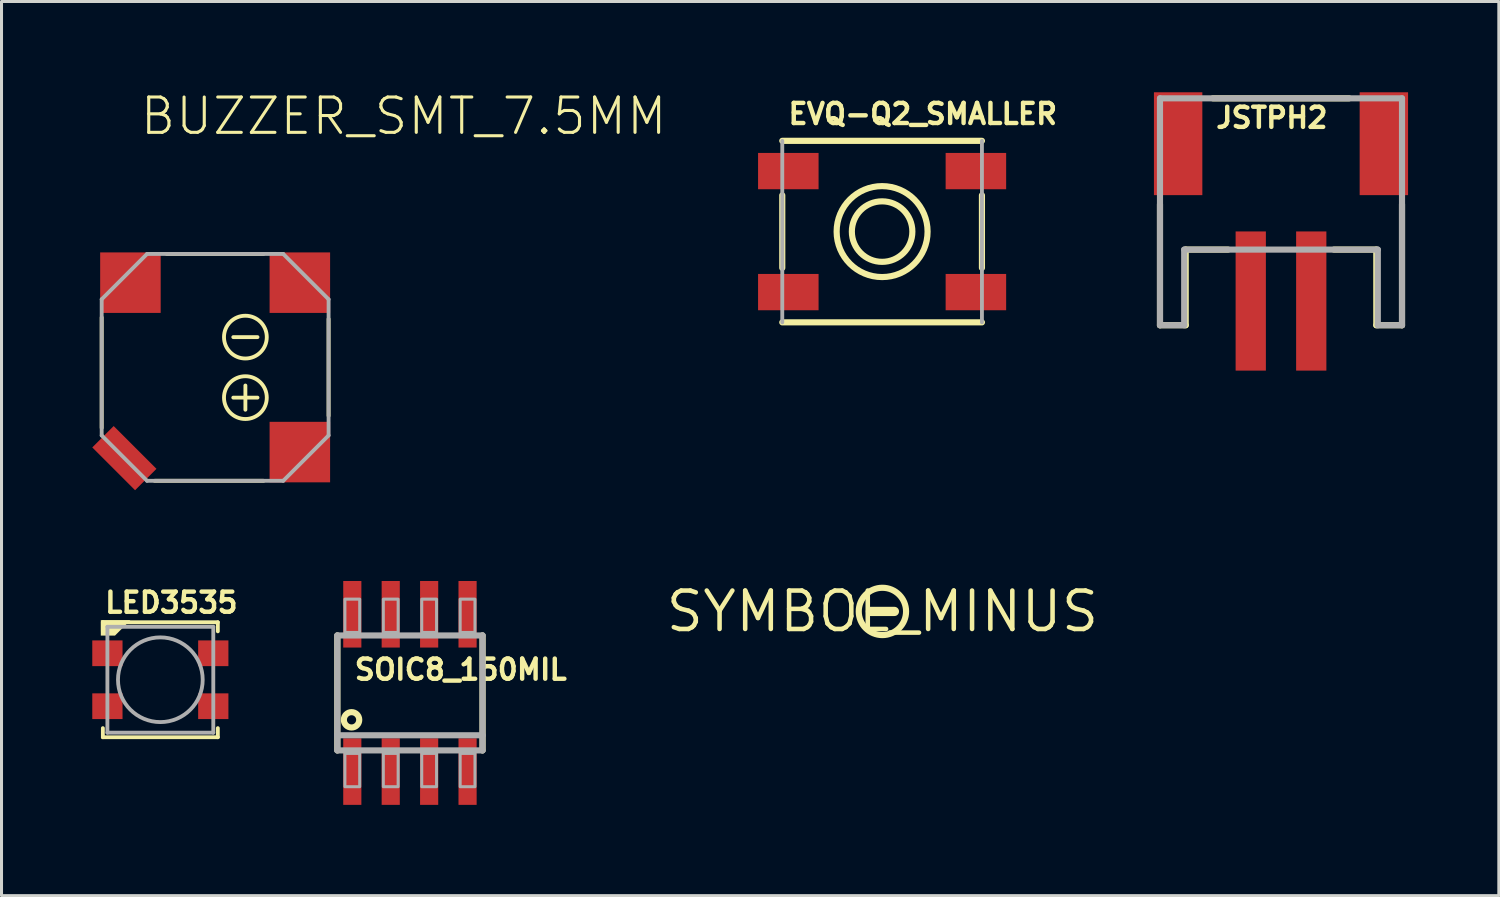
<source format=kicad_pcb>
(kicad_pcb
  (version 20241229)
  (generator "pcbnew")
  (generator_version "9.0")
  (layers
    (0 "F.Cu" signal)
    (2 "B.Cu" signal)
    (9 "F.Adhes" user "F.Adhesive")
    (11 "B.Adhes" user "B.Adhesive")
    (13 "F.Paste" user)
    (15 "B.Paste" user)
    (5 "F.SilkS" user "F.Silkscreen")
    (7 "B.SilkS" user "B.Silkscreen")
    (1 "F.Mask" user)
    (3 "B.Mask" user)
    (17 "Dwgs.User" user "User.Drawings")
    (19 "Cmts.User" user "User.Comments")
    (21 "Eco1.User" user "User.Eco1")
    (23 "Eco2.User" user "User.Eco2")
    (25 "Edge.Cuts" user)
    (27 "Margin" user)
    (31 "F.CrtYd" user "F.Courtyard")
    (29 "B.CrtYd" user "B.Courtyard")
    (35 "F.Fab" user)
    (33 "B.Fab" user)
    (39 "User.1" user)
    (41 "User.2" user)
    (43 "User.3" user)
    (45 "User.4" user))
  (footprint "LED3535"
    (layer "F.Cu")
    (at 2.25 19.418)
    (property "Reference" "LED3535" (at -1.905 -2.159 0) (layer "F.SilkS") (effects (font (size 0.666 0.666) (thickness 0.146)) (justify left bottom)))
    (fp_line (start -1.9 -1.9) (end 1.9 -1.9) (stroke (width 0.127) (type solid)) (layer "F.SilkS"))
    (fp_line (start -1.9 -1.6) (end -1.9 -1.9) (stroke (width 0.127) (type solid)) (layer "F.SilkS"))
    (fp_line (start -1.9 1.6) (end -1.9 1.9) (stroke (width 0.127) (type solid)) (layer "F.SilkS"))
    (fp_line (start -1.9 1.9) (end 1.9 1.9) (stroke (width 0.127) (type solid)) (layer "F.SilkS"))
    (fp_line (start 1.9 -1.9) (end 1.9 -1.6) (stroke (width 0.127) (type solid)) (layer "F.SilkS"))
    (fp_line (start 1.9 1.9) (end 1.9 1.6) (stroke (width 0.127) (type solid)) (layer "F.SilkS"))
    (fp_poly (pts (xy -1.498 -1.46) (xy -1.968 -1.46) (xy -1.968 -1.968) (xy -0.99 -1.968)) (stroke (width 0) (type default)) (fill yes) (layer "F.SilkS"))
    (fp_line (start -1.75 -1.75) (end 1.75 -1.75) (stroke (width 0.127) (type solid)) (layer "F.Fab"))
    (fp_line (start -1.75 1.75) (end -1.75 -1.75) (stroke (width 0.127) (type solid)) (layer "F.Fab"))
    (fp_line (start 1.75 -1.75) (end 1.75 1.75) (stroke (width 0.127) (type solid)) (layer "F.Fab"))
    (fp_line (start 1.75 1.75) (end -1.75 1.75) (stroke (width 0.127) (type solid)) (layer "F.Fab"))
    (fp_circle (center 0 0) (end 1.4 0) (stroke (width 0.127) (type solid)) (fill no) (layer "F.Fab"))
    (pad "1" smd rect (at -1.75 -0.875 90) (size 0.85 1) (layers "F.Cu" "F.Mask" "F.Paste"))
    (pad "2" smd rect (at -1.75 0.875 90) (size 0.85 1) (layers "F.Cu" "F.Mask" "F.Paste"))
    (pad "3" smd rect (at 1.75 0.875 90) (size 0.85 1) (layers "F.Cu" "F.Mask" "F.Paste"))
    (pad "4" smd rect (at 1.75 -0.875 90) (size 0.85 1) (layers "F.Cu" "F.Mask" "F.Paste")))
  (footprint "SYMBOL_MINUS"
    (layer "F.Cu")
    (at 26.117 17.16)
    (property "Reference" "SYMBOL_MINUS" (at 0 0 0) (layer "F.SilkS") (effects (font (size 1.27 1.27) (thickness 0.15))))
    (fp_line (start 0.397 0) (end -0.397 0) (stroke (width 0.305) (type solid)) (layer "F.SilkS"))
    (fp_circle (center 0 0) (end 0.782 0) (stroke (width 0.203) (type solid)) (fill no) (layer "F.SilkS")))
  (footprint "BUZZER_SMT_7.5MM"
    (layer "F.Cu")
    (at 4.061 9.093)
    (property "Reference" "BUZZER_SMT_7.5MM" (at -2.54 -7.62 0) (layer "F.SilkS") (effects (font (size 1.168 1.168) (thickness 0.102)) (justify left bottom)))
    (fp_line (start -3.75 -1.65) (end -3.75 2) (stroke (width 0.127) (type solid)) (layer "F.SilkS"))
    (fp_line (start -2 3.75) (end 1.6 3.75) (stroke (width 0.127) (type solid)) (layer "F.SilkS"))
    (fp_line (start -1.6 -3.75) (end 1.6 -3.75) (stroke (width 0.127) (type solid)) (layer "F.SilkS"))
    (fp_line (start 0.6 -1) (end 1.4 -1) (stroke (width 0.127) (type solid)) (layer "F.SilkS"))
    (fp_line (start 0.6 1) (end 1.4 1) (stroke (width 0.127) (type solid)) (layer "F.SilkS"))
    (fp_line (start 1 0.6) (end 1 1.4) (stroke (width 0.127) (type solid)) (layer "F.SilkS"))
    (fp_line (start 3.75 1.6) (end 3.75 -1.6) (stroke (width 0.127) (type solid)) (layer "F.SilkS"))
    (fp_circle (center 1 -1) (end 1.707 -1) (stroke (width 0.127) (type solid)) (fill no) (layer "F.SilkS"))
    (fp_circle (center 1 1) (end 1.707 1) (stroke (width 0.127) (type solid)) (fill no) (layer "F.SilkS"))
    (fp_line (start -3.75 -2.25) (end -2.25 -3.75) (stroke (width 0.127) (type solid)) (layer "F.Fab"))
    (fp_line (start -3.75 2.25) (end -3.75 -2.25) (stroke (width 0.127) (type solid)) (layer "F.Fab"))
    (fp_line (start -2.25 -3.75) (end 2.25 -3.75) (stroke (width 0.127) (type solid)) (layer "F.Fab"))
    (fp_line (start -2.25 3.75) (end -3.75 2.25) (stroke (width 0.127) (type solid)) (layer "F.Fab"))
    (fp_line (start 2.25 -3.75) (end 3.75 -2.25) (stroke (width 0.127) (type solid)) (layer "F.Fab"))
    (fp_line (start 2.25 3.75) (end -2.25 3.75) (stroke (width 0.127) (type solid)) (layer "F.Fab"))
    (fp_line (start 3.75 -2.25) (end 3.75 2.25) (stroke (width 0.127) (type solid)) (layer "F.Fab"))
    (fp_line (start 3.75 2.25) (end 2.25 3.75) (stroke (width 0.127) (type solid)) (layer "F.Fab"))
    (pad "+" smd rect (at 2.8 2.8) (size 2 2) (layers "F.Cu" "F.Mask" "F.Paste"))
    (pad "-" smd rect (at 2.8 -2.8) (size 2 2) (layers "F.Cu" "F.Mask" "F.Paste"))
    (pad "MT" smd rect (at -3 3 135) (size 2 1) (layers "F.Cu" "F.Mask" "F.Paste"))
    (pad "MT2" smd rect (at -2.8 -2.8) (size 2 2) (layers "F.Cu" "F.Mask" "F.Paste")))
  (footprint "JSTPH2"
    (layer "F.Cu")
    (at 39.292 3.2)
    (property "Reference" "JSTPH2" (at -2.223 -1.968 0) (layer "F.SilkS") (effects (font (size 0.666 0.666) (thickness 0.146)) (justify left bottom)))
    (fp_line (start -4 4.5) (end -4 0.5) (stroke (width 0.203) (type solid)) (layer "F.SilkS"))
    (fp_line (start -3.15 2) (end -3.15 4.5) (stroke (width 0.203) (type solid)) (layer "F.SilkS"))
    (fp_line (start -3.15 4.5) (end -4 4.5) (stroke (width 0.203) (type solid)) (layer "F.SilkS"))
    (fp_line (start -2.25 -3) (end 2.25 -3) (stroke (width 0.203) (type solid)) (layer "F.SilkS"))
    (fp_line (start -1.75 2) (end -3.15 2) (stroke (width 0.203) (type solid)) (layer "F.SilkS"))
    (fp_line (start 3.15 2) (end 1.75 2) (stroke (width 0.203) (type solid)) (layer "F.SilkS"))
    (fp_line (start 3.15 4.5) (end 3.15 2) (stroke (width 0.203) (type solid)) (layer "F.SilkS"))
    (fp_line (start 4 0.5) (end 4 4.5) (stroke (width 0.203) (type solid)) (layer "F.SilkS"))
    (fp_line (start 4 4.5) (end 3.15 4.5) (stroke (width 0.203) (type solid)) (layer "F.SilkS"))
    (fp_line (start -4 -3) (end 4 -3) (stroke (width 0.203) (type solid)) (layer "F.Fab"))
    (fp_line (start -4 4.5) (end -4 -3) (stroke (width 0.203) (type solid)) (layer "F.Fab"))
    (fp_line (start -3.2 2) (end -3.2 4.5) (stroke (width 0.203) (type solid)) (layer "F.Fab"))
    (fp_line (start -3.2 4.5) (end -4 4.5) (stroke (width 0.203) (type solid)) (layer "F.Fab"))
    (fp_line (start 3.2 2) (end -3.2 2) (stroke (width 0.203) (type solid)) (layer "F.Fab"))
    (fp_line (start 3.2 4.5) (end 3.2 2) (stroke (width 0.203) (type solid)) (layer "F.Fab"))
    (fp_line (start 4 -3) (end 4 4.5) (stroke (width 0.203) (type solid)) (layer "F.Fab"))
    (fp_line (start 4 4.5) (end 3.2 4.5) (stroke (width 0.203) (type solid)) (layer "F.Fab"))
    (pad "1" smd rect (at -1 3.7) (size 1 4.6) (layers "F.Cu" "F.Mask" "F.Paste"))
    (pad "2" smd rect (at 1 3.7) (size 1 4.6) (layers "F.Cu" "F.Mask" "F.Paste"))
    (pad "NC1" smd rect (at -3.4 -1.5 90) (size 3.4 1.6) (layers "F.Cu" "F.Mask" "F.Paste"))
    (pad "NC2" smd rect (at 3.4 -1.5 90) (size 3.4 1.6) (layers "F.Cu" "F.Mask" "F.Paste")))
  (footprint "EVQ-Q2_SMALLER"
    (layer "F.Cu")
    (at 26.107 4.605)
    (property "Reference" "EVQ-Q2_SMALLER" (at -3.175 -3.5 0) (layer "F.SilkS") (effects (font (size 0.666 0.666) (thickness 0.146)) (justify left bottom)))
    (fp_line (start -3.3 -3) (end 3.3 -3) (stroke (width 0.203) (type solid)) (layer "F.SilkS"))
    (fp_line (start -3.3 1.2) (end -3.3 -1.2) (stroke (width 0.203) (type solid)) (layer "F.SilkS"))
    (fp_line (start 3.3 -1.2) (end 3.3 1.2) (stroke (width 0.203) (type solid)) (layer "F.SilkS"))
    (fp_line (start 3.3 3) (end -3.3 3) (stroke (width 0.203) (type solid)) (layer "F.SilkS"))
    (fp_circle (center 0 0) (end 1 0) (stroke (width 0.203) (type solid)) (fill no) (layer "F.SilkS"))
    (fp_circle (center 0 0) (end 1.503 0) (stroke (width 0.203) (type solid)) (fill no) (layer "F.SilkS"))
    (fp_line (start -3.3 3) (end -3.3 -3) (stroke (width 0.127) (type solid)) (layer "F.Fab"))
    (fp_line (start 3.3 -3) (end 3.3 3) (stroke (width 0.127) (type solid)) (layer "F.Fab"))
    (pad "A" smd rect (at -3.1 2) (size 2 1.2) (layers "F.Cu" "F.Mask" "F.Paste"))
    (pad "A'" smd rect (at 3.1 2) (size 2 1.2) (layers "F.Cu" "F.Mask" "F.Paste"))
    (pad "B" smd rect (at -3.1 -2) (size 2 1.2) (layers "F.Cu" "F.Mask" "F.Paste"))
    (pad "B'" smd rect (at 3.1 -2) (size 2 1.2) (layers "F.Cu" "F.Mask" "F.Paste")))
  (footprint "SOIC8_150MIL"
    (layer "F.Cu")
    (at 10.5 19.854)
    (property "Reference" "SOIC8_150MIL" (at -1.905 -0.381 0) (layer "F.SilkS") (effects (font (size 0.666 0.666) (thickness 0.146)) (justify left bottom)))
    (fp_line (start -2.4 1.9) (end -2.4 -1.9) (stroke (width 0.203) (type solid)) (layer "F.SilkS"))
    (fp_line (start 2.4 -1.9) (end 2.4 1.9) (stroke (width 0.203) (type solid)) (layer "F.SilkS"))
    (fp_circle (center -1.93 0.889) (end -1.676 0.889) (stroke (width 0.203) (type solid)) (fill no) (layer "F.SilkS"))
    (fp_line (start -2.4 -1.9) (end 2.4 -1.9) (stroke (width 0.203) (type solid)) (layer "F.Fab"))
    (fp_line (start -2.4 1.4) (end -2.4 -1.9) (stroke (width 0.203) (type solid)) (layer "F.Fab"))
    (fp_line (start -2.4 1.9) (end -2.4 1.4) (stroke (width 0.203) (type solid)) (layer "F.Fab"))
    (fp_line (start 2.4 -1.9) (end 2.4 1.4) (stroke (width 0.203) (type solid)) (layer "F.Fab"))
    (fp_line (start 2.4 1.4) (end -2.4 1.4) (stroke (width 0.203) (type solid)) (layer "F.Fab"))
    (fp_line (start 2.4 1.4) (end 2.4 1.9) (stroke (width 0.203) (type solid)) (layer "F.Fab"))
    (fp_line (start 2.4 1.9) (end -2.4 1.9) (stroke (width 0.203) (type solid)) (layer "F.Fab"))
    (fp_poly (pts (xy -2.15 -2) (xy -1.66 -2) (xy -1.66 -3.1) (xy -2.15 -3.1)) (stroke (width 0.1) (type default)) (fill no) (layer "F.Fab"))
    (fp_poly (pts (xy -2.15 3.1) (xy -1.66 3.1) (xy -1.66 2) (xy -2.15 2)) (stroke (width 0.1) (type default)) (fill no) (layer "F.Fab"))
    (fp_poly (pts (xy -0.88 -2) (xy -0.39 -2) (xy -0.39 -3.1) (xy -0.88 -3.1)) (stroke (width 0.1) (type default)) (fill no) (layer "F.Fab"))
    (fp_poly (pts (xy -0.88 3.1) (xy -0.39 3.1) (xy -0.39 2) (xy -0.88 2)) (stroke (width 0.1) (type default)) (fill no) (layer "F.Fab"))
    (fp_poly (pts (xy 0.39 -2) (xy 0.88 -2) (xy 0.88 -3.1) (xy 0.39 -3.1)) (stroke (width 0.1) (type default)) (fill no) (layer "F.Fab"))
    (fp_poly (pts (xy 0.39 3.1) (xy 0.88 3.1) (xy 0.88 2) (xy 0.39 2)) (stroke (width 0.1) (type default)) (fill no) (layer "F.Fab"))
    (fp_poly (pts (xy 1.66 -2) (xy 2.15 -2) (xy 2.15 -3.1) (xy 1.66 -3.1)) (stroke (width 0.1) (type default)) (fill no) (layer "F.Fab"))
    (fp_poly (pts (xy 1.66 3.1) (xy 2.15 3.1) (xy 2.15 2) (xy 1.66 2)) (stroke (width 0.1) (type default)) (fill no) (layer "F.Fab"))
    (pad "1" smd rect (at -1.905 2.6) (size 0.6 2.2) (layers "F.Cu" "F.Mask" "F.Paste"))
    (pad "2" smd rect (at -0.635 2.6) (size 0.6 2.2) (layers "F.Cu" "F.Mask" "F.Paste"))
    (pad "3" smd rect (at 0.635 2.6) (size 0.6 2.2) (layers "F.Cu" "F.Mask" "F.Paste"))
    (pad "4" smd rect (at 1.905 2.6) (size 0.6 2.2) (layers "F.Cu" "F.Mask" "F.Paste"))
    (pad "5" smd rect (at 1.905 -2.6) (size 0.6 2.2) (layers "F.Cu" "F.Mask" "F.Paste"))
    (pad "6" smd rect (at 0.635 -2.6) (size 0.6 2.2) (layers "F.Cu" "F.Mask" "F.Paste"))
    (pad "7" smd rect (at -0.635 -2.6) (size 0.6 2.2) (layers "F.Cu" "F.Mask" "F.Paste"))
    (pad "8" smd rect (at -1.905 -2.6) (size 0.6 2.2) (layers "F.Cu" "F.Mask" "F.Paste")))
  (gr_rect
    (start -3 -3)
    (end 46.492 26.554)
    (stroke (width 0.1) (type default))
    (fill no)
    (layer "Edge.Cuts")))
</source>
